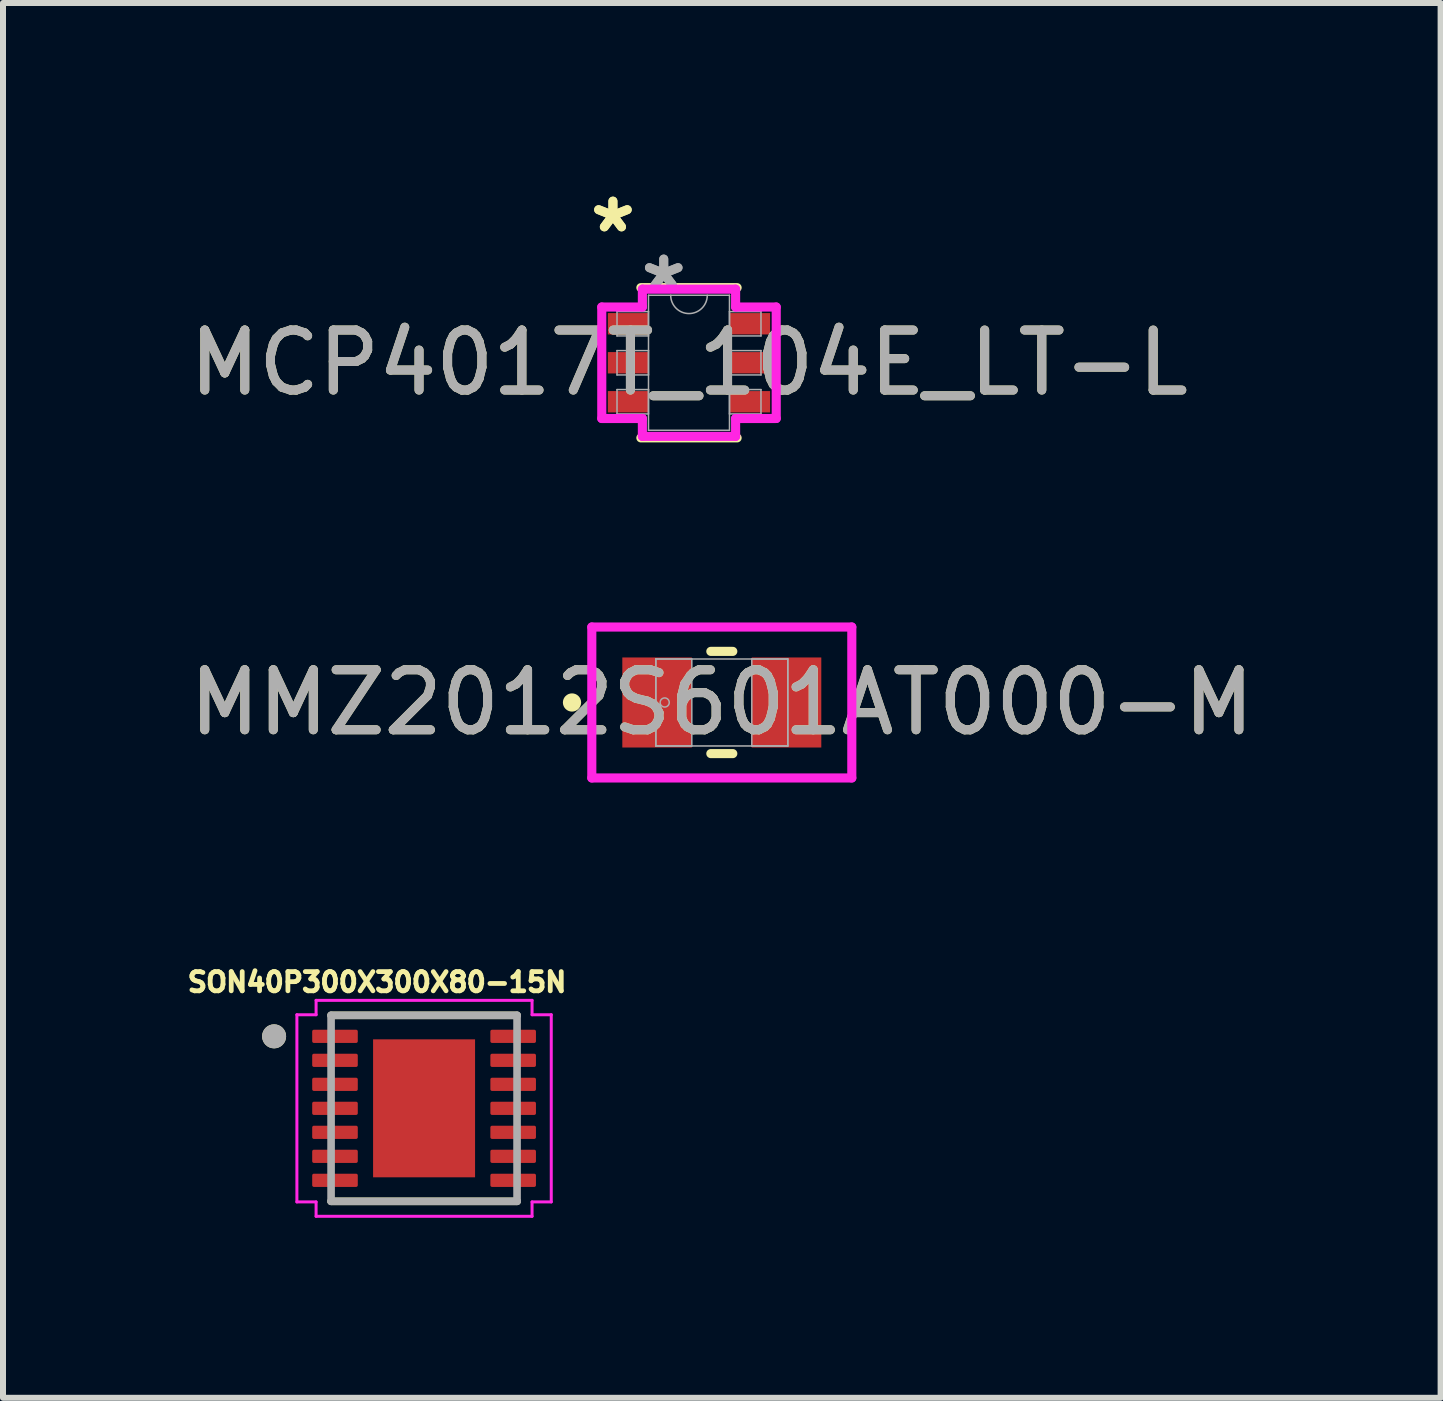
<source format=kicad_pcb>
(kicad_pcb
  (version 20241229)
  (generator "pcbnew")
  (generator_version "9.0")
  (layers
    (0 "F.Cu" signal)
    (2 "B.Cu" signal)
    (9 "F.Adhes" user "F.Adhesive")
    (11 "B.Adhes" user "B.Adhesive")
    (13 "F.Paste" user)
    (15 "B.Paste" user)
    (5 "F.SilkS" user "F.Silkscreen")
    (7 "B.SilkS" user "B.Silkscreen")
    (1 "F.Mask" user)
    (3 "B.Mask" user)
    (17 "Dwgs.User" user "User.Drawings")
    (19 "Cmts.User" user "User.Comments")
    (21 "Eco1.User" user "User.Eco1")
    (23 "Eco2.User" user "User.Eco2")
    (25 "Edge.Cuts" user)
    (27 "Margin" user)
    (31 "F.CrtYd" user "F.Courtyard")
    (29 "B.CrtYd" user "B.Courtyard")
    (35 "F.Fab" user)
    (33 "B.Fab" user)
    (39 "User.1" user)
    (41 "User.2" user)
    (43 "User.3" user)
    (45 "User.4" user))
  (footprint "MMZ2012S601AT000-M"
    (layer "F.Cu")
    (at 8.982 8.66)
    (property "Reference" "MMZ2012S601AT000-M" (at 0 0 0) (unlocked yes) (layer "F.SilkS") (effects (font (size 1 1) (thickness 0.15))))
    (attr smd)
    (fp_line (start -0.183 0.852) (end 0.183 0.852) (stroke (width 0.152) (type solid)) (layer "F.SilkS"))
    (fp_line (start 0.183 -0.852) (end -0.183 -0.852) (stroke (width 0.152) (type solid)) (layer "F.SilkS"))
    (fp_circle (center -2.497 0) (end -2.421 0) (stroke (width 0.152) (type solid)) (fill no) (layer "F.SilkS"))
    (fp_line (start -2.167 -1.258) (end 2.167 -1.258) (stroke (width 0.152) (type solid)) (layer "F.CrtYd"))
    (fp_line (start -2.167 1.258) (end -2.167 -1.258) (stroke (width 0.152) (type solid)) (layer "F.CrtYd"))
    (fp_line (start 2.167 -1.258) (end 2.167 1.258) (stroke (width 0.152) (type solid)) (layer "F.CrtYd"))
    (fp_line (start 2.167 1.258) (end -2.167 1.258) (stroke (width 0.152) (type solid)) (layer "F.CrtYd"))
    (fp_line (start -1.1 -0.725) (end -1.1 0.725) (stroke (width 0.025) (type solid)) (layer "F.Fab"))
    (fp_line (start -1.1 -0.725) (end -1.1 0.725) (stroke (width 0.025) (type solid)) (layer "F.Fab"))
    (fp_line (start -1.1 0.725) (end -0.5 0.725) (stroke (width 0.025) (type solid)) (layer "F.Fab"))
    (fp_line (start -1.1 0.725) (end 1.1 0.725) (stroke (width 0.025) (type solid)) (layer "F.Fab"))
    (fp_line (start -0.5 -0.725) (end -1.1 -0.725) (stroke (width 0.025) (type solid)) (layer "F.Fab"))
    (fp_line (start -0.5 0.725) (end -0.5 -0.725) (stroke (width 0.025) (type solid)) (layer "F.Fab"))
    (fp_line (start 0.5 -0.725) (end 0.5 0.725) (stroke (width 0.025) (type solid)) (layer "F.Fab"))
    (fp_line (start 0.5 0.725) (end 1.1 0.725) (stroke (width 0.025) (type solid)) (layer "F.Fab"))
    (fp_line (start 1.1 -0.725) (end -1.1 -0.725) (stroke (width 0.025) (type solid)) (layer "F.Fab"))
    (fp_line (start 1.1 -0.725) (end 0.5 -0.725) (stroke (width 0.025) (type solid)) (layer "F.Fab"))
    (fp_line (start 1.1 0.725) (end 1.1 -0.725) (stroke (width 0.025) (type solid)) (layer "F.Fab"))
    (fp_line (start 1.1 0.725) (end 1.1 -0.725) (stroke (width 0.025) (type solid)) (layer "F.Fab"))
    (fp_circle (center -0.952 0) (end -0.876 0) (stroke (width 0.025) (type solid)) (fill no) (layer "F.Fab"))
    (fp_text user "${REFERENCE}" (at 0 0 0) (unlocked yes) (layer "F.Fab") (effects (font (size 1 1) (thickness 0.15))))
    (pad "1" smd rect (at -1.079 0) (size 1.159 1.501) (layers "F.Cu" "F.Mask" "F.Paste"))
    (pad "2" smd rect (at 1.079 0) (size 1.159 1.501) (layers "F.Cu" "F.Mask" "F.Paste"))
    (zone (net_name "") (layer "F.Cu") (hatch full 0.508) (connect_pads) (min_thickness 0.254) (filled_areas_thickness no) (keepout (tracks not_allowed) (vias not_allowed) (pads allowed) (copperpour not_allowed) (footprints allowed)) (placement (enabled no)) (fill) (polygon (pts (xy 8.533 7.985) (xy 9.431 7.985) (xy 9.431 9.334) (xy 8.533 9.334)))))
  (footprint "SON40P300X300X80-15N"
    (layer "F.Cu")
    (at 4.019 15.425)
    (property "Reference" "SON40P300X300X80-15N" (at -0.784 -2.103 0) (layer "F.SilkS") (effects (font (size 0.32 0.32) (thickness 0.15))))
    (attr smd)
    (fp_line (start -1.55 -1.55) (end 1.55 -1.55) (stroke (width 0.127) (type solid)) (layer "F.SilkS"))
    (fp_line (start -1.55 1.55) (end 1.55 1.55) (stroke (width 0.127) (type solid)) (layer "F.SilkS"))
    (fp_circle (center -2.5 -1.2) (end -2.4 -1.2) (stroke (width 0.2) (type solid)) (fill no) (layer "F.SilkS"))
    (fp_poly (pts (xy -0.665 -0.965) (xy -0.095 -0.965) (xy -0.095 -0.095) (xy -0.665 -0.095)) (stroke (width 0.01) (type solid)) (fill yes) (layer "F.Paste"))
    (fp_poly (pts (xy -0.665 0.095) (xy -0.095 0.095) (xy -0.095 0.965) (xy -0.665 0.965)) (stroke (width 0.01) (type solid)) (fill yes) (layer "F.Paste"))
    (fp_poly (pts (xy 0.095 -0.965) (xy 0.665 -0.965) (xy 0.665 -0.095) (xy 0.095 -0.095)) (stroke (width 0.01) (type solid)) (fill yes) (layer "F.Paste"))
    (fp_poly (pts (xy 0.095 0.095) (xy 0.665 0.095) (xy 0.665 0.965) (xy 0.095 0.965)) (stroke (width 0.01) (type solid)) (fill yes) (layer "F.Paste"))
    (fp_line (start -2.12 -1.56) (end -1.8 -1.56) (stroke (width 0.05) (type solid)) (layer "F.CrtYd"))
    (fp_line (start -2.12 1.56) (end -2.12 -1.56) (stroke (width 0.05) (type solid)) (layer "F.CrtYd"))
    (fp_line (start -1.8 -1.8) (end 1.8 -1.8) (stroke (width 0.05) (type solid)) (layer "F.CrtYd"))
    (fp_line (start -1.8 -1.56) (end -1.8 -1.8) (stroke (width 0.05) (type solid)) (layer "F.CrtYd"))
    (fp_line (start -1.8 1.56) (end -2.12 1.56) (stroke (width 0.05) (type solid)) (layer "F.CrtYd"))
    (fp_line (start -1.8 1.8) (end -1.8 1.56) (stroke (width 0.05) (type solid)) (layer "F.CrtYd"))
    (fp_line (start 1.8 -1.8) (end 1.8 -1.56) (stroke (width 0.05) (type solid)) (layer "F.CrtYd"))
    (fp_line (start 1.8 -1.56) (end 2.12 -1.56) (stroke (width 0.05) (type solid)) (layer "F.CrtYd"))
    (fp_line (start 1.8 1.56) (end 1.8 1.8) (stroke (width 0.05) (type solid)) (layer "F.CrtYd"))
    (fp_line (start 1.8 1.8) (end -1.8 1.8) (stroke (width 0.05) (type solid)) (layer "F.CrtYd"))
    (fp_line (start 2.12 -1.56) (end 2.12 1.56) (stroke (width 0.05) (type solid)) (layer "F.CrtYd"))
    (fp_line (start 2.12 1.56) (end 1.8 1.56) (stroke (width 0.05) (type solid)) (layer "F.CrtYd"))
    (fp_line (start -1.55 -1.55) (end 1.55 -1.55) (stroke (width 0.127) (type solid)) (layer "F.Fab"))
    (fp_line (start -1.55 1.55) (end -1.55 -1.55) (stroke (width 0.127) (type solid)) (layer "F.Fab"))
    (fp_line (start 1.55 -1.55) (end 1.55 1.55) (stroke (width 0.127) (type solid)) (layer "F.Fab"))
    (fp_line (start 1.55 1.55) (end -1.55 1.55) (stroke (width 0.127) (type solid)) (layer "F.Fab"))
    (fp_circle (center -2.5 -1.2) (end -2.4 -1.2) (stroke (width 0.2) (type solid)) (fill no) (layer "F.Fab"))
    (pad "1" smd roundrect (at -1.485 -1.2) (size 0.76 0.22) (layers "F.Cu" "F.Mask" "F.Paste") (roundrect_rratio 0.125))
    (pad "2" smd roundrect (at -1.485 -0.8) (size 0.76 0.22) (layers "F.Cu" "F.Mask" "F.Paste") (roundrect_rratio 0.125))
    (pad "3" smd roundrect (at -1.485 -0.4) (size 0.76 0.22) (layers "F.Cu" "F.Mask" "F.Paste") (roundrect_rratio 0.125))
    (pad "4" smd roundrect (at -1.485 0) (size 0.76 0.22) (layers "F.Cu" "F.Mask" "F.Paste") (roundrect_rratio 0.125))
    (pad "5" smd roundrect (at -1.485 0.4) (size 0.76 0.22) (layers "F.Cu" "F.Mask" "F.Paste") (roundrect_rratio 0.125))
    (pad "6" smd roundrect (at -1.485 0.8) (size 0.76 0.22) (layers "F.Cu" "F.Mask" "F.Paste") (roundrect_rratio 0.125))
    (pad "7" smd roundrect (at -1.485 1.2) (size 0.76 0.22) (layers "F.Cu" "F.Mask" "F.Paste") (roundrect_rratio 0.125))
    (pad "8" smd roundrect (at 1.485 1.2) (size 0.76 0.22) (layers "F.Cu" "F.Mask" "F.Paste") (roundrect_rratio 0.125))
    (pad "9" smd roundrect (at 1.485 0.8) (size 0.76 0.22) (layers "F.Cu" "F.Mask" "F.Paste") (roundrect_rratio 0.125))
    (pad "10" smd roundrect (at 1.485 0.4) (size 0.76 0.22) (layers "F.Cu" "F.Mask" "F.Paste") (roundrect_rratio 0.125))
    (pad "11" smd roundrect (at 1.485 0) (size 0.76 0.22) (layers "F.Cu" "F.Mask" "F.Paste") (roundrect_rratio 0.125))
    (pad "12" smd roundrect (at 1.485 -0.4) (size 0.76 0.22) (layers "F.Cu" "F.Mask" "F.Paste") (roundrect_rratio 0.125))
    (pad "13" smd roundrect (at 1.485 -0.8) (size 0.76 0.22) (layers "F.Cu" "F.Mask" "F.Paste") (roundrect_rratio 0.125))
    (pad "14" smd roundrect (at 1.485 -1.2) (size 0.76 0.22) (layers "F.Cu" "F.Mask" "F.Paste") (roundrect_rratio 0.125))
    (pad "15" smd rect (at 0 0) (size 1.7 2.3) (layers "F.Cu" "F.Mask")))
  (footprint "MCP4017T_104E_LT-L"
    (layer "F.Cu")
    (at 8.435 2.997)
    (property "Reference" "MCP4017T_104E_LT-L" (at 0 0 0) (unlocked yes) (layer "F.SilkS") (effects (font (size 1 1) (thickness 0.15))))
    (attr smd)
    (fp_line (start -0.802 1.252) (end 0.802 1.252) (stroke (width 0.152) (type solid)) (layer "F.SilkS"))
    (fp_line (start 0.802 -1.252) (end -0.802 -1.252) (stroke (width 0.152) (type solid)) (layer "F.SilkS"))
    (fp_line (start -1.454 -0.929) (end -0.777 -0.929) (stroke (width 0.152) (type solid)) (layer "F.CrtYd"))
    (fp_line (start -1.454 0.929) (end -1.454 -0.929) (stroke (width 0.152) (type solid)) (layer "F.CrtYd"))
    (fp_line (start -0.777 -1.227) (end 0.777 -1.227) (stroke (width 0.152) (type solid)) (layer "F.CrtYd"))
    (fp_line (start -0.777 -0.929) (end -0.777 -1.227) (stroke (width 0.152) (type solid)) (layer "F.CrtYd"))
    (fp_line (start -0.777 0.929) (end -1.454 0.929) (stroke (width 0.152) (type solid)) (layer "F.CrtYd"))
    (fp_line (start -0.777 1.227) (end -0.777 0.929) (stroke (width 0.152) (type solid)) (layer "F.CrtYd"))
    (fp_line (start 0.777 -1.227) (end 0.777 -0.929) (stroke (width 0.152) (type solid)) (layer "F.CrtYd"))
    (fp_line (start 0.777 -0.929) (end 1.454 -0.929) (stroke (width 0.152) (type solid)) (layer "F.CrtYd"))
    (fp_line (start 0.777 0.929) (end 0.777 1.227) (stroke (width 0.152) (type solid)) (layer "F.CrtYd"))
    (fp_line (start 0.777 1.227) (end -0.777 1.227) (stroke (width 0.152) (type solid)) (layer "F.CrtYd"))
    (fp_line (start 1.454 -0.929) (end 1.454 0.929) (stroke (width 0.152) (type solid)) (layer "F.CrtYd"))
    (fp_line (start 1.454 0.929) (end 0.777 0.929) (stroke (width 0.152) (type solid)) (layer "F.CrtYd"))
    (fp_line (start -1.2 -0.853) (end -1.2 -0.447) (stroke (width 0.025) (type solid)) (layer "F.Fab"))
    (fp_line (start -1.2 -0.447) (end -0.675 -0.447) (stroke (width 0.025) (type solid)) (layer "F.Fab"))
    (fp_line (start -1.2 -0.203) (end -1.2 0.203) (stroke (width 0.025) (type solid)) (layer "F.Fab"))
    (fp_line (start -1.2 0.203) (end -0.675 0.203) (stroke (width 0.025) (type solid)) (layer "F.Fab"))
    (fp_line (start -1.2 0.447) (end -1.2 0.853) (stroke (width 0.025) (type solid)) (layer "F.Fab"))
    (fp_line (start -1.2 0.853) (end -0.675 0.853) (stroke (width 0.025) (type solid)) (layer "F.Fab"))
    (fp_line (start -0.675 -1.125) (end -0.675 1.125) (stroke (width 0.025) (type solid)) (layer "F.Fab"))
    (fp_line (start -0.675 -0.853) (end -1.2 -0.853) (stroke (width 0.025) (type solid)) (layer "F.Fab"))
    (fp_line (start -0.675 -0.447) (end -0.675 -0.853) (stroke (width 0.025) (type solid)) (layer "F.Fab"))
    (fp_line (start -0.675 -0.203) (end -1.2 -0.203) (stroke (width 0.025) (type solid)) (layer "F.Fab"))
    (fp_line (start -0.675 0.203) (end -0.675 -0.203) (stroke (width 0.025) (type solid)) (layer "F.Fab"))
    (fp_line (start -0.675 0.447) (end -1.2 0.447) (stroke (width 0.025) (type solid)) (layer "F.Fab"))
    (fp_line (start -0.675 0.853) (end -0.675 0.447) (stroke (width 0.025) (type solid)) (layer "F.Fab"))
    (fp_line (start -0.675 1.125) (end 0.675 1.125) (stroke (width 0.025) (type solid)) (layer "F.Fab"))
    (fp_line (start 0.675 -1.125) (end -0.675 -1.125) (stroke (width 0.025) (type solid)) (layer "F.Fab"))
    (fp_line (start 0.675 -0.853) (end 0.675 -0.447) (stroke (width 0.025) (type solid)) (layer "F.Fab"))
    (fp_line (start 0.675 -0.447) (end 1.2 -0.447) (stroke (width 0.025) (type solid)) (layer "F.Fab"))
    (fp_line (start 0.675 -0.203) (end 0.675 0.203) (stroke (width 0.025) (type solid)) (layer "F.Fab"))
    (fp_line (start 0.675 0.203) (end 1.2 0.203) (stroke (width 0.025) (type solid)) (layer "F.Fab"))
    (fp_line (start 0.675 0.447) (end 0.675 0.853) (stroke (width 0.025) (type solid)) (layer "F.Fab"))
    (fp_line (start 0.675 0.853) (end 1.2 0.853) (stroke (width 0.025) (type solid)) (layer "F.Fab"))
    (fp_line (start 0.675 1.125) (end 0.675 -1.125) (stroke (width 0.025) (type solid)) (layer "F.Fab"))
    (fp_line (start 1.2 -0.853) (end 0.675 -0.853) (stroke (width 0.025) (type solid)) (layer "F.Fab"))
    (fp_line (start 1.2 -0.447) (end 1.2 -0.853) (stroke (width 0.025) (type solid)) (layer "F.Fab"))
    (fp_line (start 1.2 -0.203) (end 0.675 -0.203) (stroke (width 0.025) (type solid)) (layer "F.Fab"))
    (fp_line (start 1.2 0.203) (end 1.2 -0.203) (stroke (width 0.025) (type solid)) (layer "F.Fab"))
    (fp_line (start 1.2 0.447) (end 0.675 0.447) (stroke (width 0.025) (type solid)) (layer "F.Fab"))
    (fp_line (start 1.2 0.853) (end 1.2 0.447) (stroke (width 0.025) (type solid)) (layer "F.Fab"))
    (fp_arc (start 0.3048 -1.125) (mid 0 -0.8202) (end -0.3048 -1.125) (stroke (width 0.0254) (type solid)) (layer "F.Fab"))
    (fp_text user "*" (at -1.268 -2.149 0) (layer "F.SilkS") (effects (font (size 1 1) (thickness 0.15))))
    (fp_text user "*" (at -1.268 -2.149 0) (unlocked yes) (layer "F.SilkS") (effects (font (size 1 1) (thickness 0.15))))
    (fp_text user "*" (at -0.421 -1.183 0) (layer "F.Fab") (effects (font (size 1 1) (thickness 0.15))))
    (fp_text user "${REFERENCE}" (at 0 0 0) (unlocked yes) (layer "F.Fab") (effects (font (size 1 1) (thickness 0.15))))
    (fp_text user "*" (at -0.421 -1.183 0) (unlocked yes) (layer "F.Fab") (effects (font (size 1 1) (thickness 0.15))))
    (pad "1" smd rect (at -1.014 -0.65) (size 0.677 0.356) (layers "F.Cu" "F.Mask" "F.Paste"))
    (pad "2" smd rect (at -1.014 0) (size 0.677 0.356) (layers "F.Cu" "F.Mask" "F.Paste"))
    (pad "3" smd rect (at -1.014 0.65) (size 0.677 0.356) (layers "F.Cu" "F.Mask" "F.Paste"))
    (pad "4" smd rect (at 1.014 0.65) (size 0.677 0.356) (layers "F.Cu" "F.Mask" "F.Paste"))
    (pad "5" smd rect (at 1.014 0) (size 0.677 0.356) (layers "F.Cu" "F.Mask" "F.Paste"))
    (pad "6" smd rect (at 1.014 -0.65) (size 0.677 0.356) (layers "F.Cu" "F.Mask" "F.Paste")))
  (gr_rect
    (start -3 -3)
    (end 20.964 20.25)
    (stroke (width 0.1) (type default))
    (fill no)
    (layer "Edge.Cuts")))
</source>
